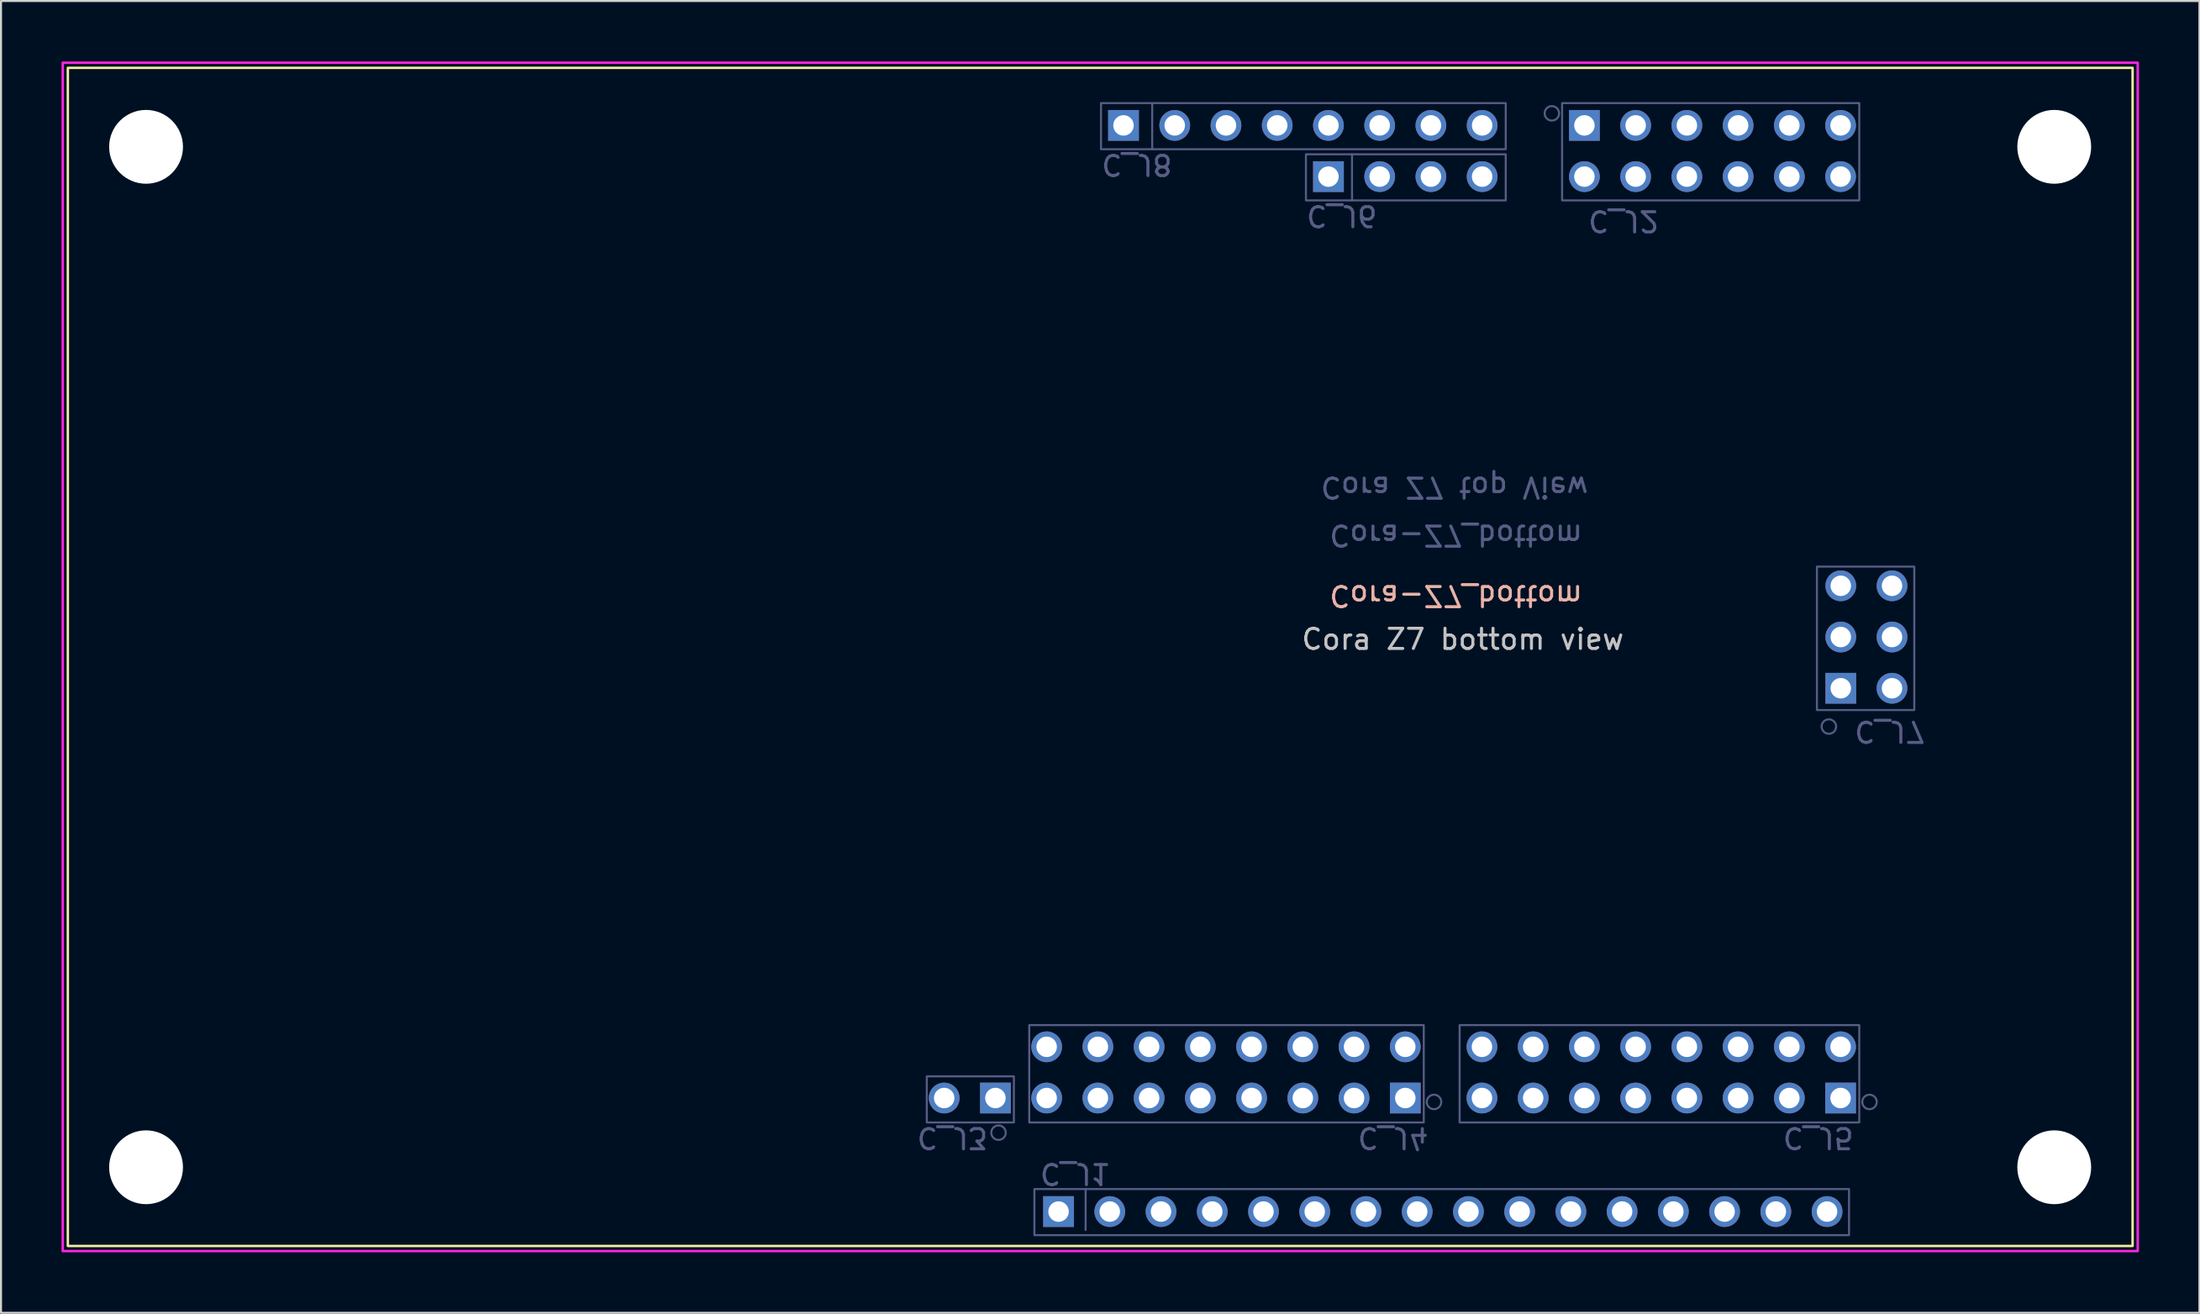
<source format=kicad_pcb>
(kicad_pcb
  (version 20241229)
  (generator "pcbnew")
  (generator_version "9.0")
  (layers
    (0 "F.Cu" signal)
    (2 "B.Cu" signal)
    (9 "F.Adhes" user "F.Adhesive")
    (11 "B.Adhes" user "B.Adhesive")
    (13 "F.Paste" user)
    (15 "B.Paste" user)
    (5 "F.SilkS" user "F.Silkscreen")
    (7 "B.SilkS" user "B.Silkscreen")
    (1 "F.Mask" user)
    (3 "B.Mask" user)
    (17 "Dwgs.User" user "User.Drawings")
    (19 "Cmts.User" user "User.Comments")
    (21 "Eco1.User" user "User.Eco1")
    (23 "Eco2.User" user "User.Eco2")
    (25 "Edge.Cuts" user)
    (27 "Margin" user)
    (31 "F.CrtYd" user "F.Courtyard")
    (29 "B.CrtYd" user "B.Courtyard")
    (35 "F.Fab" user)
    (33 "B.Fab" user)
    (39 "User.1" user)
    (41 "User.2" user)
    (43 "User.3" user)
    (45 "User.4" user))
  (footprint "Cora-Z7_bottom"
    (layer "F.Cu")
    (at 0.479 0.538)
    (property "Reference" "Cora-Z7_bottom" (at 68.656 25.951 180) (unlocked yes) (layer "B.SilkS") (effects (font (size 1 1) (thickness 0.15)) (justify mirror)))
    (fp_rect (start -0.165 -0.224) (end 102.197 58.196) (stroke (width 0.12) (type solid)) (fill no) (layer "F.SilkS"))
    (fp_rect (start -0.419 -0.478) (end 102.451 58.45) (stroke (width 0.12) (type solid)) (fill no) (layer "F.CrtYd"))
    (fp_rect (start 42.418 52.07) (end 46.736 49.784) (stroke (width 0.1) (type solid)) (fill no) (layer "B.Fab"))
    (fp_rect (start 47.498 52.07) (end 67.056 47.244) (stroke (width 0.1) (type solid)) (fill no) (layer "B.Fab"))
    (fp_rect (start 47.752 57.658) (end 88.138 55.372) (stroke (width 0.1) (type solid)) (fill no) (layer "B.Fab"))
    (fp_rect (start 50.292 57.404) (end 50.292 55.372) (stroke (width 0.1) (type solid)) (fill no) (layer "B.Fab"))
    (fp_rect (start 51.054 3.81) (end 71.12 1.524) (stroke (width 0.1) (type solid)) (fill no) (layer "B.Fab"))
    (fp_rect (start 53.594 3.81) (end 53.594 1.524) (stroke (width 0.1) (type solid)) (fill no) (layer "B.Fab"))
    (fp_rect (start 61.214 6.35) (end 71.12 4.064) (stroke (width 0.1) (type solid)) (fill no) (layer "B.Fab"))
    (fp_rect (start 63.5 6.35) (end 63.5 4.064) (stroke (width 0.1) (type solid)) (fill no) (layer "B.Fab"))
    (fp_rect (start 68.834 52.07) (end 88.646 47.244) (stroke (width 0.1) (type solid)) (fill no) (layer "B.Fab"))
    (fp_rect (start 73.914 1.524) (end 88.646 6.35) (stroke (width 0.1) (type solid)) (fill no) (layer "B.Fab"))
    (fp_rect (start 86.547 31.62) (end 91.373 24.508) (stroke (width 0.1) (type solid)) (fill no) (layer "B.Fab"))
    (fp_circle (center 45.974 52.578) (end 46.333 52.578) (stroke (width 0.1) (type solid)) (fill no) (layer "B.Fab"))
    (fp_circle (center 67.564 51.054) (end 67.923 51.054) (stroke (width 0.1) (type solid)) (fill no) (layer "B.Fab"))
    (fp_circle (center 73.406 2.032) (end 73.765 2.032) (stroke (width 0.1) (type solid)) (fill no) (layer "B.Fab"))
    (fp_circle (center 87.14 32.44) (end 87.499 32.44) (stroke (width 0.1) (type solid)) (fill no) (layer "B.Fab"))
    (fp_circle (center 89.154 51.054) (end 89.513 51.054) (stroke (width 0.1) (type solid)) (fill no) (layer "B.Fab"))
    (fp_text user "Cora Z7 bottom view" (at 68.99 28.11 0) (unlocked yes) (layer "Dwgs.User") (effects (font (size 1 1) (thickness 0.15))))
    (fp_text user "Cora Z7 top View" (at 68.58 20.574 180) (unlocked yes) (layer "B.Fab") (effects (font (size 1 1) (thickness 0.15)) (justify mirror)))
    (fp_text user "C_J2" (at 76.962 7.366 180) (unlocked yes) (layer "B.Fab") (effects (font (size 1 1) (thickness 0.15)) (justify mirror)))
    (fp_text user "C_J8" (at 52.832 4.572 180) (unlocked yes) (layer "B.Fab") (effects (font (size 1 1) (thickness 0.15)) (justify mirror)))
    (fp_text user "C_J1" (at 49.784 54.61 180) (unlocked yes) (layer "B.Fab") (effects (font (size 1 1) (thickness 0.15)) (justify mirror)))
    (fp_text user "C_J3" (at 43.688 52.832 180) (unlocked yes) (layer "B.Fab") (effects (font (size 1 1) (thickness 0.15)) (justify mirror)))
    (fp_text user "C_J6" (at 62.992 7.112 180) (unlocked yes) (layer "B.Fab") (effects (font (size 1 1) (thickness 0.15)) (justify mirror)))
    (fp_text user "C_J7" (at 90.16 32.68 180) (unlocked yes) (layer "B.Fab") (effects (font (size 1 1) (thickness 0.15)) (justify mirror)))
    (fp_text user "C_J4" (at 65.532 52.832 180) (unlocked yes) (layer "B.Fab") (effects (font (size 1 1) (thickness 0.15)) (justify mirror)))
    (fp_text user "C_J5" (at 86.614 52.832 180) (unlocked yes) (layer "B.Fab") (effects (font (size 1 1) (thickness 0.15)) (justify mirror)))
    (fp_text user "${REFERENCE}" (at 68.656 22.951 180) (unlocked yes) (layer "B.Fab") (effects (font (size 1 1) (thickness 0.15)) (justify mirror)))
    (pad "" np_thru_hole circle (at 3.712 3.693) (size 3.66 3.66) (drill 3.66) (layers "*.Cu" "*.Mask"))
    (pad "" np_thru_hole circle (at 3.712 54.293) (size 3.66 3.66) (drill 3.66) (layers "*.Cu" "*.Mask"))
    (pad "" np_thru_hole circle (at 98.312 3.693) (size 3.66 3.66) (drill 3.66) (layers "*.Cu" "*.Mask"))
    (pad "" np_thru_hole circle (at 98.312 54.293) (size 3.66 3.66) (drill 3.66) (layers "*.Cu" "*.Mask"))
    (pad "J1_1" thru_hole rect (at 48.95 56.49 180) (size 1.524 1.524) (drill 1.016) (layers "*.Cu" "*.Mask"))
    (pad "J1_2" thru_hole circle (at 51.49 56.49 180) (size 1.524 1.524) (drill 1.016) (layers "*.Cu" "*.Mask"))
    (pad "J1_3" thru_hole circle (at 54.03 56.49 180) (size 1.524 1.524) (drill 1.016) (layers "*.Cu" "*.Mask"))
    (pad "J1_4" thru_hole circle (at 56.57 56.49 180) (size 1.524 1.524) (drill 1.016) (layers "*.Cu" "*.Mask"))
    (pad "J1_5" thru_hole circle (at 59.11 56.49 180) (size 1.524 1.524) (drill 1.016) (layers "*.Cu" "*.Mask"))
    (pad "J1_6" thru_hole circle (at 61.65 56.49 180) (size 1.524 1.524) (drill 1.016) (layers "*.Cu" "*.Mask"))
    (pad "J1_7" thru_hole circle (at 64.19 56.49 180) (size 1.524 1.524) (drill 1.016) (layers "*.Cu" "*.Mask"))
    (pad "J1_8" thru_hole circle (at 66.73 56.49 180) (size 1.524 1.524) (drill 1.016) (layers "*.Cu" "*.Mask"))
    (pad "J1_9" thru_hole circle (at 69.27 56.49 180) (size 1.524 1.524) (drill 1.016) (layers "*.Cu" "*.Mask"))
    (pad "J1_10" thru_hole circle (at 71.81 56.49 180) (size 1.524 1.524) (drill 1.016) (layers "*.Cu" "*.Mask"))
    (pad "J1_11" thru_hole circle (at 74.35 56.49 180) (size 1.524 1.524) (drill 1.016) (layers "*.Cu" "*.Mask"))
    (pad "J1_12" thru_hole circle (at 76.89 56.49 180) (size 1.524 1.524) (drill 1.016) (layers "*.Cu" "*.Mask"))
    (pad "J1_13" thru_hole circle (at 79.43 56.49 180) (size 1.524 1.524) (drill 1.016) (layers "*.Cu" "*.Mask"))
    (pad "J1_14" thru_hole circle (at 81.97 56.49 180) (size 1.524 1.524) (drill 1.016) (layers "*.Cu" "*.Mask"))
    (pad "J1_15" thru_hole circle (at 84.51 56.49 180) (size 1.524 1.524) (drill 1.016) (layers "*.Cu" "*.Mask"))
    (pad "J1_16" thru_hole circle (at 87.05 56.49 180) (size 1.524 1.524) (drill 1.016) (layers "*.Cu" "*.Mask"))
    (pad "J2_1" thru_hole rect (at 75.02 2.63 180) (size 1.524 1.524) (drill 1.016) (layers "*.Cu" "*.Mask"))
    (pad "J2_2" thru_hole circle (at 75.02 5.17 180) (size 1.524 1.524) (drill 1.016) (layers "*.Cu" "*.Mask"))
    (pad "J2_3" thru_hole circle (at 77.56 2.63 180) (size 1.524 1.524) (drill 1.016) (layers "*.Cu" "*.Mask"))
    (pad "J2_4" thru_hole circle (at 77.56 5.17 180) (size 1.524 1.524) (drill 1.016) (layers "*.Cu" "*.Mask"))
    (pad "J2_5" thru_hole circle (at 80.1 2.63 180) (size 1.524 1.524) (drill 1.016) (layers "*.Cu" "*.Mask"))
    (pad "J2_6" thru_hole circle (at 80.1 5.17 180) (size 1.524 1.524) (drill 1.016) (layers "*.Cu" "*.Mask"))
    (pad "J2_7" thru_hole circle (at 82.64 2.63 180) (size 1.524 1.524) (drill 1.016) (layers "*.Cu" "*.Mask"))
    (pad "J2_8" thru_hole circle (at 82.64 5.17 180) (size 1.524 1.524) (drill 1.016) (layers "*.Cu" "*.Mask"))
    (pad "J2_9" thru_hole circle (at 85.18 2.63 180) (size 1.524 1.524) (drill 1.016) (layers "*.Cu" "*.Mask"))
    (pad "J2_10" thru_hole circle (at 85.18 5.17 180) (size 1.524 1.524) (drill 1.016) (layers "*.Cu" "*.Mask"))
    (pad "J2_11" thru_hole circle (at 87.72 2.63 180) (size 1.524 1.524) (drill 1.016) (layers "*.Cu" "*.Mask"))
    (pad "J2_12" thru_hole circle (at 87.72 5.17 180) (size 1.524 1.524) (drill 1.016) (layers "*.Cu" "*.Mask"))
    (pad "J3_1" thru_hole rect (at 45.82 50.86 180) (size 1.524 1.524) (drill 1.016) (layers "*.Cu" "*.Mask"))
    (pad "J3_2" thru_hole circle (at 43.28 50.86 180) (size 1.524 1.524) (drill 1.016) (layers "*.Cu" "*.Mask"))
    (pad "J4_1" thru_hole rect (at 66.14 50.86 180) (size 1.524 1.524) (drill 1.016) (layers "*.Cu" "*.Mask"))
    (pad "J4_2" thru_hole circle (at 66.14 48.32 180) (size 1.524 1.524) (drill 1.016) (layers "*.Cu" "*.Mask"))
    (pad "J4_3" thru_hole circle (at 63.6 50.86 180) (size 1.524 1.524) (drill 1.016) (layers "*.Cu" "*.Mask"))
    (pad "J4_4" thru_hole circle (at 63.6 48.32 180) (size 1.524 1.524) (drill 1.016) (layers "*.Cu" "*.Mask"))
    (pad "J4_5" thru_hole circle (at 61.06 50.86 180) (size 1.524 1.524) (drill 1.016) (layers "*.Cu" "*.Mask"))
    (pad "J4_6" thru_hole circle (at 61.06 48.32 180) (size 1.524 1.524) (drill 1.016) (layers "*.Cu" "*.Mask"))
    (pad "J4_7" thru_hole circle (at 58.52 50.86 180) (size 1.524 1.524) (drill 1.016) (layers "*.Cu" "*.Mask"))
    (pad "J4_8" thru_hole circle (at 58.52 48.32 180) (size 1.524 1.524) (drill 1.016) (layers "*.Cu" "*.Mask"))
    (pad "J4_9" thru_hole circle (at 55.98 50.86 180) (size 1.524 1.524) (drill 1.016) (layers "*.Cu" "*.Mask"))
    (pad "J4_10" thru_hole circle (at 55.98 48.32 180) (size 1.524 1.524) (drill 1.016) (layers "*.Cu" "*.Mask"))
    (pad "J4_11" thru_hole circle (at 53.44 50.86 180) (size 1.524 1.524) (drill 1.016) (layers "*.Cu" "*.Mask"))
    (pad "J4_12" thru_hole circle (at 53.44 48.32 180) (size 1.524 1.524) (drill 1.016) (layers "*.Cu" "*.Mask"))
    (pad "J4_13" thru_hole circle (at 50.9 50.86 180) (size 1.524 1.524) (drill 1.016) (layers "*.Cu" "*.Mask"))
    (pad "J4_14" thru_hole circle (at 50.9 48.32 180) (size 1.524 1.524) (drill 1.016) (layers "*.Cu" "*.Mask"))
    (pad "J4_15" thru_hole circle (at 48.36 50.86 180) (size 1.524 1.524) (drill 1.016) (layers "*.Cu" "*.Mask"))
    (pad "J4_16" thru_hole circle (at 48.36 48.32 180) (size 1.524 1.524) (drill 1.016) (layers "*.Cu" "*.Mask"))
    (pad "J5_1" thru_hole rect (at 87.72 50.86 180) (size 1.524 1.524) (drill 1.016) (layers "*.Cu" "*.Mask"))
    (pad "J5_2" thru_hole circle (at 87.72 48.32 180) (size 1.524 1.524) (drill 1.016) (layers "*.Cu" "*.Mask"))
    (pad "J5_3" thru_hole circle (at 85.18 50.86 180) (size 1.524 1.524) (drill 1.016) (layers "*.Cu" "*.Mask"))
    (pad "J5_4" thru_hole circle (at 85.18 48.32 180) (size 1.524 1.524) (drill 1.016) (layers "*.Cu" "*.Mask"))
    (pad "J5_5" thru_hole circle (at 82.64 50.86 180) (size 1.524 1.524) (drill 1.016) (layers "*.Cu" "*.Mask"))
    (pad "J5_6" thru_hole circle (at 82.64 48.32 180) (size 1.524 1.524) (drill 1.016) (layers "*.Cu" "*.Mask"))
    (pad "J5_7" thru_hole circle (at 80.1 50.86 180) (size 1.524 1.524) (drill 1.016) (layers "*.Cu" "*.Mask"))
    (pad "J5_8" thru_hole circle (at 80.1 48.32 180) (size 1.524 1.524) (drill 1.016) (layers "*.Cu" "*.Mask"))
    (pad "J5_9" thru_hole circle (at 77.56 50.86 180) (size 1.524 1.524) (drill 1.016) (layers "*.Cu" "*.Mask"))
    (pad "J5_10" thru_hole circle (at 77.56 48.32 180) (size 1.524 1.524) (drill 1.016) (layers "*.Cu" "*.Mask"))
    (pad "J5_11" thru_hole circle (at 75.02 50.86 180) (size 1.524 1.524) (drill 1.016) (layers "*.Cu" "*.Mask"))
    (pad "J5_12" thru_hole circle (at 75.02 48.32 180) (size 1.524 1.524) (drill 1.016) (layers "*.Cu" "*.Mask"))
    (pad "J5_13" thru_hole circle (at 72.48 50.86 180) (size 1.524 1.524) (drill 1.016) (layers "*.Cu" "*.Mask"))
    (pad "J5_14" thru_hole circle (at 72.48 48.32 180) (size 1.524 1.524) (drill 1.016) (layers "*.Cu" "*.Mask"))
    (pad "J5_15" thru_hole circle (at 69.94 50.86 180) (size 1.524 1.524) (drill 1.016) (layers "*.Cu" "*.Mask"))
    (pad "J5_16" thru_hole circle (at 69.94 48.32 180) (size 1.524 1.524) (drill 1.016) (layers "*.Cu" "*.Mask"))
    (pad "J6_1" thru_hole rect (at 62.33 5.17 180) (size 1.524 1.524) (drill 1.016) (layers "*.Cu" "*.Mask"))
    (pad "J6_2" thru_hole circle (at 64.87 5.17 180) (size 1.524 1.524) (drill 1.016) (layers "*.Cu" "*.Mask"))
    (pad "J6_3" thru_hole circle (at 67.41 5.17 180) (size 1.524 1.524) (drill 1.016) (layers "*.Cu" "*.Mask"))
    (pad "J6_4" thru_hole circle (at 69.95 5.17 180) (size 1.524 1.524) (drill 1.016) (layers "*.Cu" "*.Mask"))
    (pad "J7_1" thru_hole rect (at 87.73 30.54 180) (size 1.524 1.524) (drill 1.016) (layers "*.Cu" "*.Mask"))
    (pad "J7_2" thru_hole circle (at 90.27 30.54 180) (size 1.524 1.524) (drill 1.016) (layers "*.Cu" "*.Mask"))
    (pad "J7_3" thru_hole circle (at 87.73 28 180) (size 1.524 1.524) (drill 1.016) (layers "*.Cu" "*.Mask"))
    (pad "J7_4" thru_hole circle (at 90.27 28 180) (size 1.524 1.524) (drill 1.016) (layers "*.Cu" "*.Mask"))
    (pad "J7_5" thru_hole circle (at 87.73 25.46 180) (size 1.524 1.524) (drill 1.016) (layers "*.Cu" "*.Mask"))
    (pad "J7_6" thru_hole circle (at 90.27 25.46 180) (size 1.524 1.524) (drill 1.016) (layers "*.Cu" "*.Mask"))
    (pad "J8_1" thru_hole rect (at 52.17 2.63 180) (size 1.524 1.524) (drill 1.016) (layers "*.Cu" "*.Mask"))
    (pad "J8_2" thru_hole circle (at 54.71 2.63 180) (size 1.524 1.524) (drill 1.016) (layers "*.Cu" "*.Mask"))
    (pad "J8_3" thru_hole circle (at 57.25 2.63 180) (size 1.524 1.524) (drill 1.016) (layers "*.Cu" "*.Mask"))
    (pad "J8_4" thru_hole circle (at 59.79 2.63 180) (size 1.524 1.524) (drill 1.016) (layers "*.Cu" "*.Mask"))
    (pad "J8_5" thru_hole circle (at 62.33 2.63 180) (size 1.524 1.524) (drill 1.016) (layers "*.Cu" "*.Mask"))
    (pad "J8_6" thru_hole circle (at 64.87 2.63 180) (size 1.524 1.524) (drill 1.016) (layers "*.Cu" "*.Mask"))
    (pad "J8_7" thru_hole circle (at 67.41 2.63 180) (size 1.524 1.524) (drill 1.016) (layers "*.Cu" "*.Mask"))
    (pad "J8_8" thru_hole circle (at 69.95 2.63 180) (size 1.524 1.524) (drill 1.016) (layers "*.Cu" "*.Mask")))
  (gr_rect
    (start -3 -3)
    (end 105.99 62.048)
    (stroke (width 0.1) (type default))
    (fill no)
    (layer "Edge.Cuts")))
</source>
